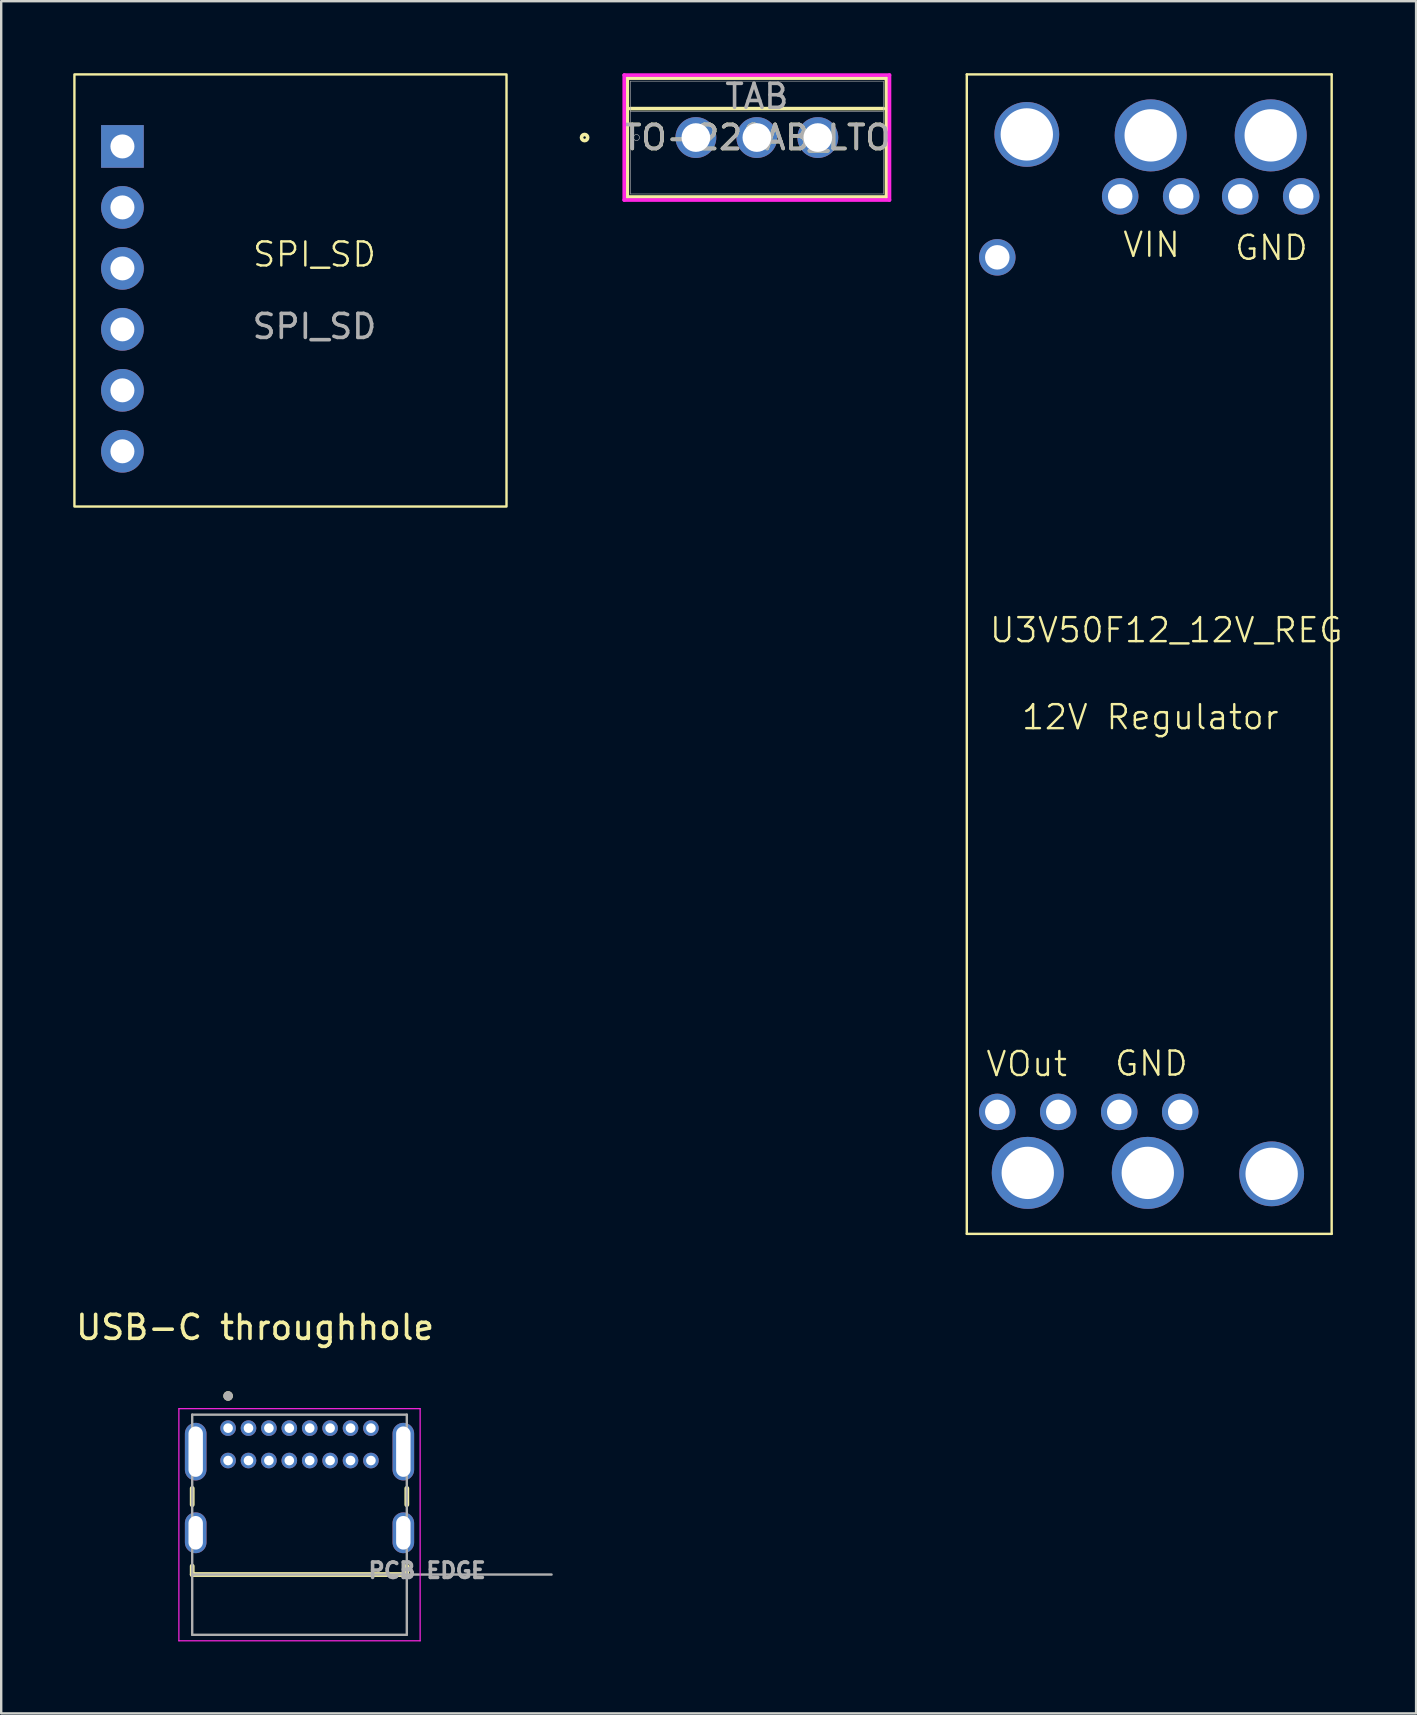
<source format=kicad_pcb>
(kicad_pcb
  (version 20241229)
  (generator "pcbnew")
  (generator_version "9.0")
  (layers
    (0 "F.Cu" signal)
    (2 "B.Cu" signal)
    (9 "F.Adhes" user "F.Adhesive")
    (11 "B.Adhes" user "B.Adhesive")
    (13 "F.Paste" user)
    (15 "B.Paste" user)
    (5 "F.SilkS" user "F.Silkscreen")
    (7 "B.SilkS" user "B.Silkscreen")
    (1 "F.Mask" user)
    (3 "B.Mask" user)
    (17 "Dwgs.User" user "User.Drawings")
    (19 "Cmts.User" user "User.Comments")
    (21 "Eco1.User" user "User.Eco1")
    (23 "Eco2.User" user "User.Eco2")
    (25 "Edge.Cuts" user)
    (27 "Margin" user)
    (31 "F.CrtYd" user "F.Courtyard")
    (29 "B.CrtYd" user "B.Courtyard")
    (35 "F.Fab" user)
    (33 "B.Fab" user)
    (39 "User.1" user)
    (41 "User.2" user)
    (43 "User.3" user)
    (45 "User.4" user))
  (footprint "U3V50F12_12V_REG"
    (layer "F.Cu")
    (at 44.925 27.05)
    (property "Reference" "U3V50F12_12V_REG" (at 0.61 -3.85 0) (unlocked yes) (layer "F.SilkS") (effects (font (size 1 1) (thickness 0.1))))
    (attr through_hole)
    (fp_line (start -7.7 -27) (end 7.5 -27) (stroke (width 0.1) (type default)) (layer "F.SilkS"))
    (fp_line (start -7.7 21.3) (end -7.7 -27) (stroke (width 0.1) (type default)) (layer "F.SilkS"))
    (fp_line (start 7.5 -27) (end 7.5 21.3) (stroke (width 0.1) (type default)) (layer "F.SilkS"))
    (fp_line (start 7.5 21.3) (end -7.7 21.3) (stroke (width 0.1) (type default)) (layer "F.SilkS"))
    (fp_text user "VOut" (at -6.96 14.81 0) (unlocked yes) (layer "F.SilkS") (effects (font (size 1 1) (thickness 0.1)) (justify left bottom)))
    (fp_text user "GND" (at 3.4 -19.19 0) (unlocked yes) (layer "F.SilkS") (effects (font (size 1 1) (thickness 0.1)) (justify left bottom)))
    (fp_text user "VIN" (at -1.26 -19.32 0) (unlocked yes) (layer "F.SilkS") (effects (font (size 1 1) (thickness 0.1)) (justify left bottom)))
    (fp_text user "12V Regulator" (at -5.48 0.36 0) (unlocked yes) (layer "F.SilkS") (effects (font (size 1 1) (thickness 0.1)) (justify left bottom)))
    (fp_text user "GND" (at -1.6 14.79 0) (unlocked yes) (layer "F.SilkS") (effects (font (size 1 1) (thickness 0.1)) (justify left bottom)))
    (pad "" np_thru_hole circle (at -5.2 -24.5 180) (size 2.7 2.7) (drill 2.18) (layers "*.Cu" "*.Mask"))
    (pad "" np_thru_hole circle (at 5 18.8) (size 2.7 2.7) (drill 2.18) (layers "*.Cu" "*.Mask"))
    (pad "1" thru_hole circle (at -1.31 -21.92 180) (size 1.52 1.52) (drill 1.02) (layers "*.Cu" "*.Mask"))
    (pad "1" thru_hole circle (at -0.04 -24.46 180) (size 3 3) (drill 2.18) (layers "*.Cu" "*.Mask"))
    (pad "1" thru_hole circle (at 1.23 -21.92 180) (size 1.52 1.52) (drill 1.02) (layers "*.Cu" "*.Mask"))
    (pad "2" thru_hole circle (at -6.43 16.22) (size 1.52 1.52) (drill 1.02) (layers "*.Cu" "*.Mask"))
    (pad "2" thru_hole circle (at -5.16 18.76) (size 3 3) (drill 2.18) (layers "*.Cu" "*.Mask"))
    (pad "2" thru_hole circle (at -3.89 16.22) (size 1.52 1.52) (drill 1.02) (layers "*.Cu" "*.Mask"))
    (pad "3" thru_hole circle (at -6.43 -19.38 180) (size 1.52 1.52) (drill 1.02) (layers "*.Cu" "*.Mask"))
    (pad "4" thru_hole circle (at -1.35 16.22) (size 1.52 1.52) (drill 1.02) (layers "*.Cu" "*.Mask"))
    (pad "4" thru_hole circle (at -0.16 18.76) (size 3 3) (drill 2.18) (layers "*.Cu" "*.Mask"))
    (pad "4" thru_hole circle (at 1.19 16.22) (size 1.52 1.52) (drill 1.02) (layers "*.Cu" "*.Mask"))
    (pad "4" thru_hole circle (at 3.69 -21.92 180) (size 1.52 1.52) (drill 1.02) (layers "*.Cu" "*.Mask"))
    (pad "4" thru_hole circle (at 4.96 -24.46 180) (size 3 3) (drill 2.18) (layers "*.Cu" "*.Mask"))
    (pad "4" thru_hole circle (at 6.23 -21.92 180) (size 1.52 1.52) (drill 1.02) (layers "*.Cu" "*.Mask")))
  (footprint "SPI_SD"
    (layer "F.Cu")
    (at 10.05 8.05)
    (property "Reference" "SPI_SD" (at 0 -0.5 0) (unlocked yes) (layer "F.SilkS") (effects (font (size 1 1) (thickness 0.1))))
    (attr through_hole)
    (fp_rect (start -10 -8) (end 8 10) (stroke (width 0.1) (type default)) (fill no) (layer "F.SilkS"))
    (fp_text user "${REFERENCE}" (at 0 2.5 0) (unlocked yes) (layer "F.Fab") (effects (font (size 1 1) (thickness 0.15))))
    (pad "2" thru_hole circle (at -8 -2.46 180) (size 1.778 1.778) (drill 1) (layers "*.Cu" "*.Mask"))
    (pad "3" thru_hole circle (at -8 0.08 180) (size 1.778 1.778) (drill 1) (layers "*.Cu" "*.Mask"))
    (pad "4" thru_hole rect (at -8 -5 180) (size 1.778 1.778) (drill 1) (layers "*.Cu" "*.Mask"))
    (pad "5" thru_hole circle (at -8 2.62 180) (size 1.778 1.778) (drill 1) (layers "*.Cu" "*.Mask"))
    (pad "6" thru_hole circle (at -8 7.7 180) (size 1.778 1.778) (drill 1) (layers "*.Cu" "*.Mask"))
    (pad "7" thru_hole circle (at -8 5.16 180) (size 1.778 1.778) (drill 1) (layers "*.Cu" "*.Mask")))
  (footprint "USB-C throughhole"
    (layer "F.Cu")
    (at 9.427 60.803)
    (property "Reference" "USB-C throughhole" (at -1.85 -8.555 0) (layer "F.SilkS") (effects (font (size 1 1) (thickness 0.15))))
    (attr through_hole)
    (fp_line (start -4.47 -1.85) (end -4.47 -1.17) (stroke (width 0.2) (type solid)) (layer "F.SilkS"))
    (fp_line (start -4.47 1.39) (end -4.47 1.74) (stroke (width 0.2) (type solid)) (layer "F.SilkS"))
    (fp_line (start -4.47 1.74) (end 4.47 1.74) (stroke (width 0.2) (type solid)) (layer "F.SilkS"))
    (fp_line (start 4.47 -1.85) (end 4.47 -1.17) (stroke (width 0.2) (type solid)) (layer "F.SilkS"))
    (fp_line (start 4.47 1.74) (end 4.47 1.39) (stroke (width 0.2) (type solid)) (layer "F.SilkS"))
    (fp_circle (center -2.975 -5.7) (end -2.875 -5.7) (stroke (width 0.2) (type solid)) (fill no) (layer "F.SilkS"))
    (fp_line (start -5.025 -5.17) (end 5.025 -5.17) (stroke (width 0.05) (type solid)) (layer "F.CrtYd"))
    (fp_line (start -5.025 4.5) (end -5.025 -5.17) (stroke (width 0.05) (type solid)) (layer "F.CrtYd"))
    (fp_line (start 5.025 -5.17) (end 5.025 4.5) (stroke (width 0.05) (type solid)) (layer "F.CrtYd"))
    (fp_line (start 5.025 4.5) (end -5.025 4.5) (stroke (width 0.05) (type solid)) (layer "F.CrtYd"))
    (fp_line (start -4.47 -4.92) (end 4.47 -4.92) (stroke (width 0.1) (type solid)) (layer "F.Fab"))
    (fp_line (start -4.47 1.74) (end -4.47 -4.92) (stroke (width 0.1) (type solid)) (layer "F.Fab"))
    (fp_line (start -4.47 1.74) (end 10.5 1.74) (stroke (width 0.1) (type solid)) (layer "F.Fab"))
    (fp_line (start -4.47 4.25) (end -4.47 1.74) (stroke (width 0.1) (type solid)) (layer "F.Fab"))
    (fp_line (start 4.47 -4.92) (end 4.47 4.25) (stroke (width 0.1) (type solid)) (layer "F.Fab"))
    (fp_line (start 4.47 4.25) (end -4.47 4.25) (stroke (width 0.1) (type solid)) (layer "F.Fab"))
    (fp_circle (center -2.975 -5.7) (end -2.875 -5.7) (stroke (width 0.2) (type solid)) (fill no) (layer "F.Fab"))
    (fp_text user "PCB EDGE" (at 5.315 1.57 0) (layer "F.Fab") (effects (font (size 0.64 0.64) (thickness 0.15))))
    (pad "A1" thru_hole circle (at -2.975 -4.36) (size 0.65 0.65) (drill 0.4) (layers "*.Cu" "*.Mask"))
    (pad "A4" thru_hole circle (at -2.125 -4.36) (size 0.65 0.65) (drill 0.4) (layers "*.Cu" "*.Mask"))
    (pad "A5" thru_hole circle (at -1.275 -4.36) (size 0.65 0.65) (drill 0.4) (layers "*.Cu" "*.Mask"))
    (pad "A6" thru_hole circle (at -0.425 -4.36) (size 0.65 0.65) (drill 0.4) (layers "*.Cu" "*.Mask"))
    (pad "A7" thru_hole circle (at 0.425 -4.36) (size 0.65 0.65) (drill 0.4) (layers "*.Cu" "*.Mask"))
    (pad "A8" thru_hole circle (at 1.275 -4.36) (size 0.65 0.65) (drill 0.4) (layers "*.Cu" "*.Mask"))
    (pad "A9" thru_hole circle (at 2.125 -4.36) (size 0.65 0.65) (drill 0.4) (layers "*.Cu" "*.Mask"))
    (pad "A12" thru_hole circle (at 2.975 -4.36) (size 0.65 0.65) (drill 0.4) (layers "*.Cu" "*.Mask"))
    (pad "B1" thru_hole circle (at 2.975 -3.01) (size 0.65 0.65) (drill 0.4) (layers "*.Cu" "*.Mask"))
    (pad "B4" thru_hole circle (at 2.125 -3.01) (size 0.65 0.65) (drill 0.4) (layers "*.Cu" "*.Mask"))
    (pad "B5" thru_hole circle (at 1.275 -3.01) (size 0.65 0.65) (drill 0.4) (layers "*.Cu" "*.Mask"))
    (pad "B6" thru_hole circle (at 0.425 -3.01) (size 0.65 0.65) (drill 0.4) (layers "*.Cu" "*.Mask"))
    (pad "B7" thru_hole circle (at -0.425 -3.01) (size 0.65 0.65) (drill 0.4) (layers "*.Cu" "*.Mask"))
    (pad "B8" thru_hole circle (at -1.275 -3.01) (size 0.65 0.65) (drill 0.4) (layers "*.Cu" "*.Mask"))
    (pad "B9" thru_hole circle (at -2.125 -3.01) (size 0.65 0.65) (drill 0.4) (layers "*.Cu" "*.Mask"))
    (pad "B12" thru_hole circle (at -2.975 -3.01) (size 0.65 0.65) (drill 0.4) (layers "*.Cu" "*.Mask"))
    (pad "S1" thru_hole oval (at -4.325 0) (size 0.9 1.7) (drill oval 0.6 1.4) (layers "*.Cu" "*.Mask"))
    (pad "S2" thru_hole oval (at 4.325 0) (size 0.9 1.7) (drill oval 0.6 1.4) (layers "*.Cu" "*.Mask"))
    (pad "S3" thru_hole oval (at -4.325 -3.38) (size 0.9 2.4) (drill oval 0.6 2.1) (layers "*.Cu" "*.Mask"))
    (pad "S4" thru_hole oval (at 4.325 -3.38) (size 0.9 2.4) (drill oval 0.6 2.1) (layers "*.Cu" "*.Mask")))
  (footprint "TO-220AB_LTO"
    (layer "F.Cu")
    (at 25.939 2.68)
    (property "Reference" "TO-220AB_LTO" (at 2.54 0 0) (unlocked yes) (layer "F.SilkS") (effects (font (size 1 1) (thickness 0.15))))
    (attr through_hole)
    (fp_line (start -2.857 -2.477) (end -2.857 2.477) (stroke (width 0.152) (type solid)) (layer "F.SilkS"))
    (fp_line (start -2.857 2.477) (end 7.938 2.477) (stroke (width 0.152) (type solid)) (layer "F.SilkS"))
    (fp_line (start -2.731 -1.206) (end 7.811 -1.206) (stroke (width 0.152) (type solid)) (layer "F.SilkS"))
    (fp_line (start 7.938 -2.477) (end -2.857 -2.477) (stroke (width 0.152) (type solid)) (layer "F.SilkS"))
    (fp_line (start 7.938 2.477) (end 7.938 -2.477) (stroke (width 0.152) (type solid)) (layer "F.SilkS"))
    (fp_circle (center -4.636 0) (end -4.508 0) (stroke (width 0.152) (type solid)) (fill no) (layer "F.SilkS"))
    (fp_line (start -2.985 -2.603) (end -2.985 2.603) (stroke (width 0.152) (type solid)) (layer "F.CrtYd"))
    (fp_line (start -2.985 2.603) (end 8.065 2.603) (stroke (width 0.152) (type solid)) (layer "F.CrtYd"))
    (fp_line (start 8.065 -2.603) (end -2.985 -2.603) (stroke (width 0.152) (type solid)) (layer "F.CrtYd"))
    (fp_line (start 8.065 2.603) (end 8.065 -2.603) (stroke (width 0.152) (type solid)) (layer "F.CrtYd"))
    (fp_line (start -2.731 -2.349) (end -2.731 2.349) (stroke (width 0.025) (type solid)) (layer "F.Fab"))
    (fp_line (start -2.731 -1.079) (end 7.811 -1.079) (stroke (width 0.025) (type solid)) (layer "F.Fab"))
    (fp_line (start -2.731 2.349) (end 7.811 2.349) (stroke (width 0.025) (type solid)) (layer "F.Fab"))
    (fp_line (start 7.811 -2.349) (end -2.731 -2.349) (stroke (width 0.025) (type solid)) (layer "F.Fab"))
    (fp_line (start 7.811 2.349) (end 7.811 -2.349) (stroke (width 0.025) (type solid)) (layer "F.Fab"))
    (fp_circle (center -2.477 0) (end -2.349 0) (stroke (width 0.025) (type solid)) (fill no) (layer "F.Fab"))
    (fp_text user "${REFERENCE}" (at 2.54 0 0) (unlocked yes) (layer "F.Fab") (effects (font (size 1 1) (thickness 0.15))))
    (fp_text user "TAB" (at 2.54 -1.714 0) (unlocked yes) (layer "F.Fab") (effects (font (size 1 1) (thickness 0.15))))
    (pad "1" thru_hole circle (at 2.54 0) (size 1.702 1.702) (drill 1.194) (layers "*.Cu" "*.Mask"))
    (pad "2" thru_hole circle (at 0 0) (size 1.702 1.702) (drill 1.194) (layers "*.Cu" "*.Mask"))
    (pad "3" thru_hole circle (at 5.08 0) (size 1.702 1.702) (drill 1.194) (layers "*.Cu" "*.Mask")))
  (gr_rect
    (start -3 -3)
    (end 55.942 68.328)
    (stroke (width 0.1) (type default))
    (fill no)
    (layer "Edge.Cuts")))
</source>
